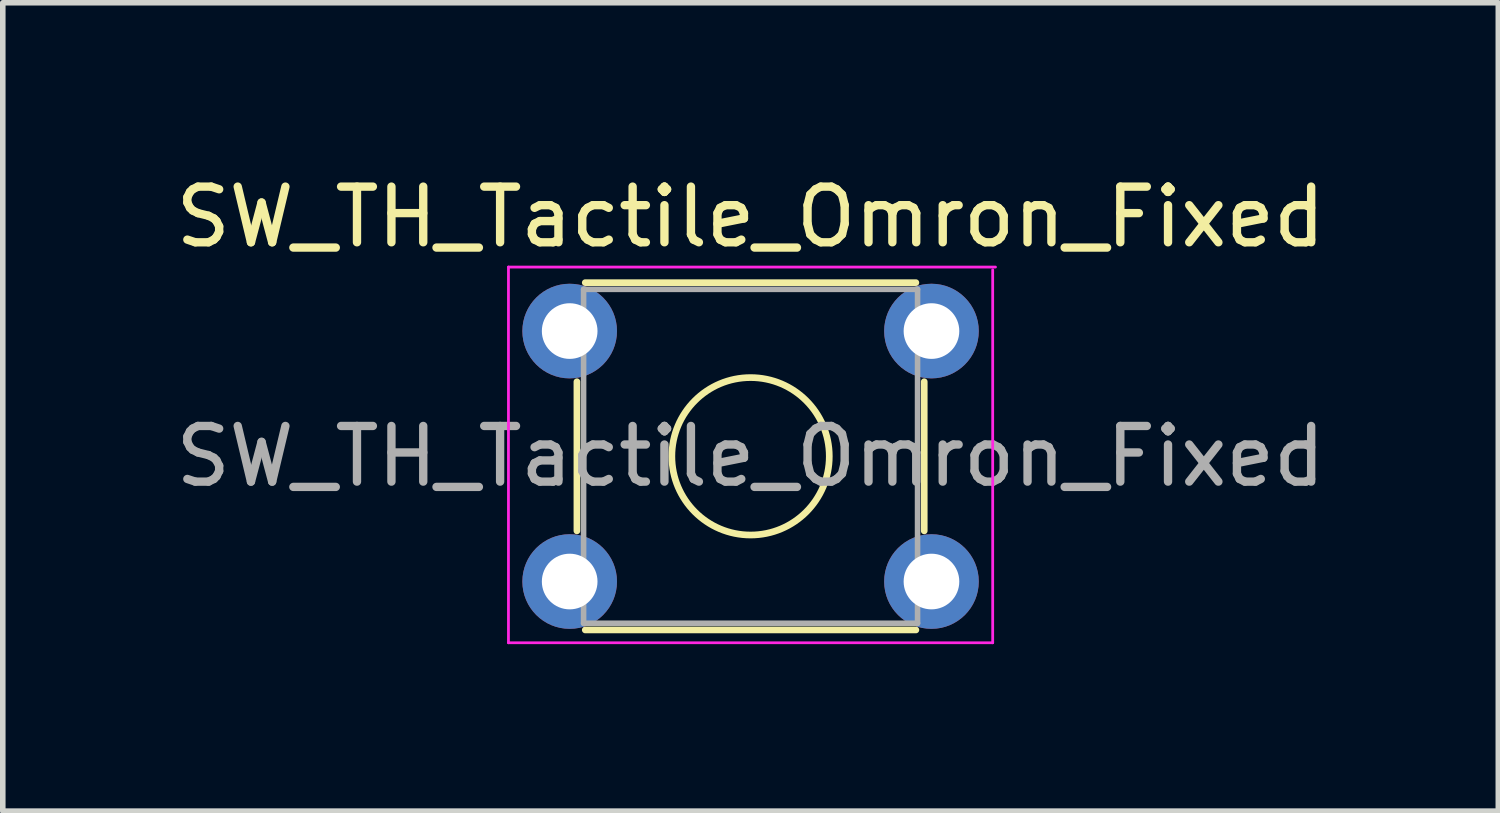
<source format=kicad_pcb>
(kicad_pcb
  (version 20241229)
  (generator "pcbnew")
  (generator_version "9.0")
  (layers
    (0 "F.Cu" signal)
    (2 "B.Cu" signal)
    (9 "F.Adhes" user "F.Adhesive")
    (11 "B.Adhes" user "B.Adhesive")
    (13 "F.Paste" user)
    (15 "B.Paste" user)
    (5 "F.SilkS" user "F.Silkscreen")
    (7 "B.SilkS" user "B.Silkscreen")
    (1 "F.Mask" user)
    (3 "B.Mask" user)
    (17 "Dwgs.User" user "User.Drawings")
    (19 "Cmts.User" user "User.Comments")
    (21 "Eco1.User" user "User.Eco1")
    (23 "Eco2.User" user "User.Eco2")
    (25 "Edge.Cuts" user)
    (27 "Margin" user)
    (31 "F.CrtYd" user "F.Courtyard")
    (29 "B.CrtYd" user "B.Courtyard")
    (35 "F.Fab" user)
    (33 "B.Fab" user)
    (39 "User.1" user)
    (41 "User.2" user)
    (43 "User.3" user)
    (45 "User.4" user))
  (footprint "SW_TH_Tactile_Omron_Fixed"
    (layer "F.Cu")
    (at 7.185 2.898)
    (property "Reference" "SW_TH_Tactile_Omron_Fixed" (at 3.25 -2.05 0) (layer "F.SilkS") (effects (font (size 1 1) (thickness 0.15))))
    (attr through_hole)
    (fp_line (start 0.13 3.59) (end 0.13 0.91) (stroke (width 0.12) (type solid)) (layer "F.SilkS"))
    (fp_line (start 0.28 -0.87) (end 6.22 -0.87) (stroke (width 0.12) (type solid)) (layer "F.SilkS"))
    (fp_line (start 0.28 5.37) (end 6.22 5.37) (stroke (width 0.12) (type solid)) (layer "F.SilkS"))
    (fp_line (start 6.37 0.91) (end 6.37 3.59) (stroke (width 0.12) (type solid)) (layer "F.SilkS"))
    (fp_circle (center 3.25 2.25) (end 4.25 3.25) (stroke (width 0.12) (type solid)) (fill no) (layer "F.SilkS"))
    (fp_line (start -1.1 -1.15) (end -1.1 5.6) (stroke (width 0.05) (type solid)) (layer "F.CrtYd"))
    (fp_line (start -1.1 5.6) (end 7.6 5.6) (stroke (width 0.05) (type solid)) (layer "F.CrtYd"))
    (fp_line (start 7.6 5.6) (end 7.6 -1.1) (stroke (width 0.05) (type solid)) (layer "F.CrtYd"))
    (fp_line (start 7.65 -1.15) (end -1.1 -1.15) (stroke (width 0.05) (type solid)) (layer "F.CrtYd"))
    (fp_line (start 0.25 -0.75) (end 0.25 5.25) (stroke (width 0.1) (type solid)) (layer "F.Fab"))
    (fp_line (start 0.25 -0.75) (end 6.25 -0.75) (stroke (width 0.1) (type solid)) (layer "F.Fab"))
    (fp_line (start 0.25 5.25) (end 6.25 5.25) (stroke (width 0.1) (type solid)) (layer "F.Fab"))
    (fp_line (start 6.25 -0.75) (end 6.25 5.25) (stroke (width 0.1) (type solid)) (layer "F.Fab"))
    (fp_text user "${REFERENCE}" (at 3.25 2.25 0) (layer "F.Fab") (effects (font (size 1 1) (thickness 0.15))))
    (pad "1" thru_hole circle (at 0 4.5) (size 1.7 1.7) (drill 1) (layers "*.Cu" "*.Mask"))
    (pad "1" thru_hole circle (at 6.5 4.5) (size 1.7 1.7) (drill 1) (layers "*.Cu" "*.Mask"))
    (pad "2" thru_hole circle (at 0 0) (size 1.7 1.7) (drill 1) (layers "*.Cu" "*.Mask"))
    (pad "2" thru_hole circle (at 6.5 0) (size 1.7 1.7) (drill 1) (layers "*.Cu" "*.Mask")))
  (gr_rect
    (start -3 -3)
    (end 23.869 11.523)
    (stroke (width 0.1) (type default))
    (fill no)
    (layer "Edge.Cuts")))
</source>
